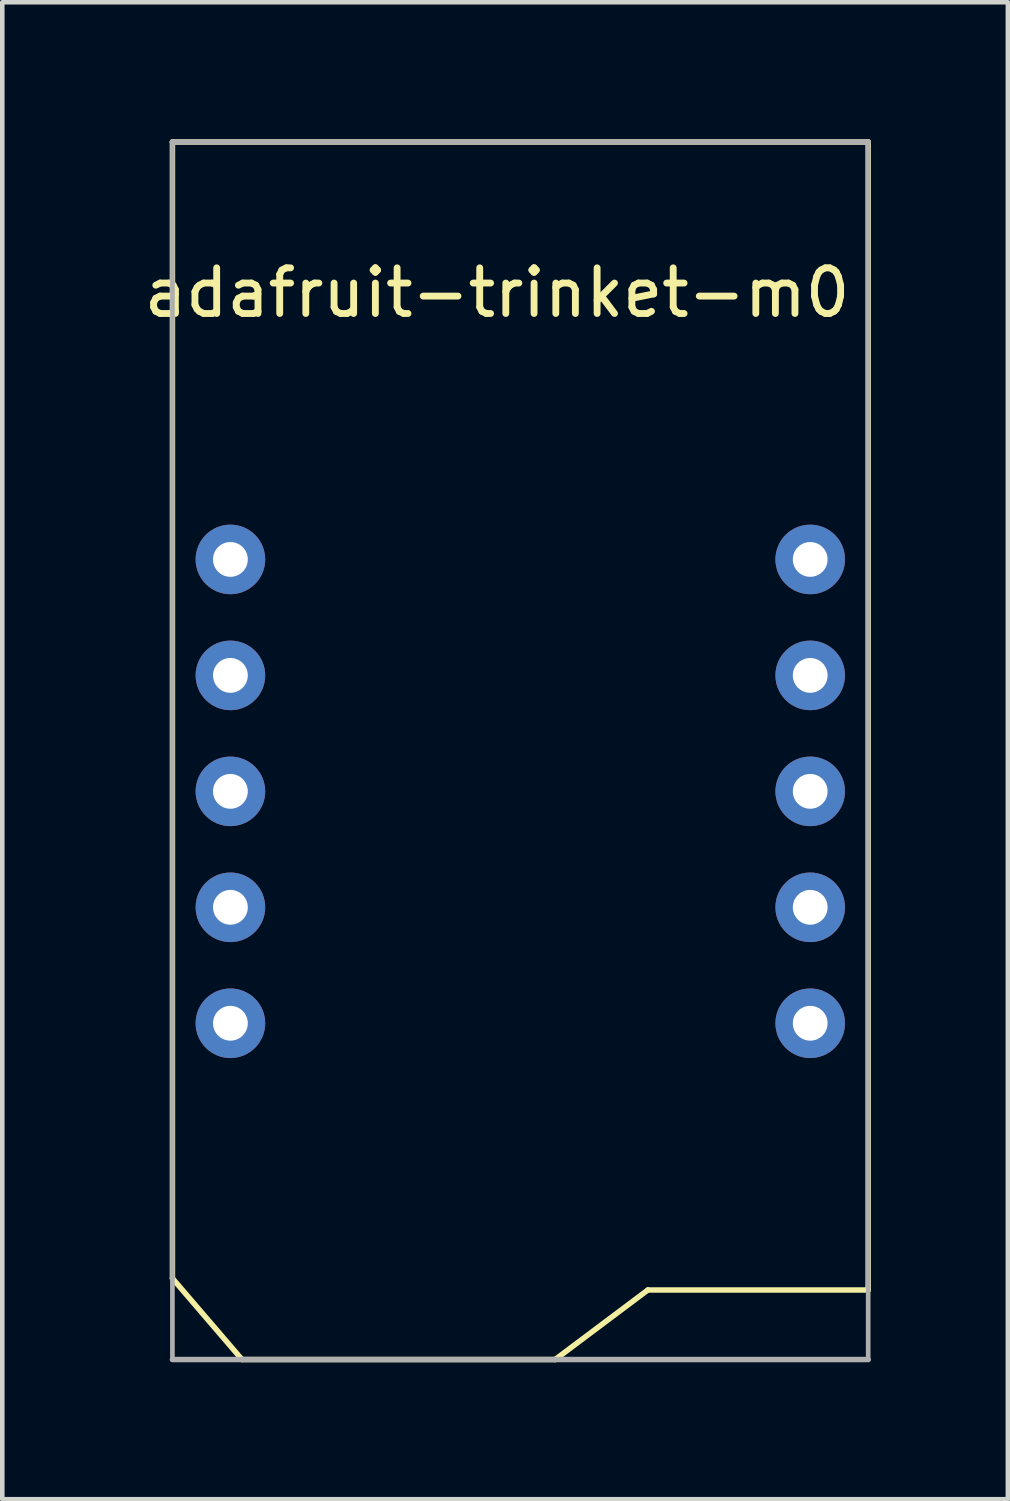
<source format=kicad_pcb>
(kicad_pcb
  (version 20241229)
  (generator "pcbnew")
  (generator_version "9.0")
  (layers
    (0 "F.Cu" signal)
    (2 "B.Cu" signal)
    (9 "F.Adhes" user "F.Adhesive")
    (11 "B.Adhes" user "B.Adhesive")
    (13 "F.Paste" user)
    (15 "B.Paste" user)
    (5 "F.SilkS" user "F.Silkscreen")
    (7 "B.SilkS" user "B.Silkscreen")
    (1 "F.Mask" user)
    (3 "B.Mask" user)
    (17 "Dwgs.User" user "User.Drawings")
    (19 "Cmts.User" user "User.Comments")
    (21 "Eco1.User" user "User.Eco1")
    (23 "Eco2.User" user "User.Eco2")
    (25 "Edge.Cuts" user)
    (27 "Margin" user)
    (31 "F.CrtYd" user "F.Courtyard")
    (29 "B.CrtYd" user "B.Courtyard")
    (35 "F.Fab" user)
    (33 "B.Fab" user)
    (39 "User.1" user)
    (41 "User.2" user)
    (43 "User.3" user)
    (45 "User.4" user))
  (footprint "adafruit-trinket-m0"
    (layer "F.Cu")
    (at 1.997 9.204)
    (property "Reference" "adafruit-trinket-m0" (at 5.842 -5.842 0) (layer "F.SilkS") (effects (font (size 1 1) (thickness 0.15))))
    (attr through_hole)
    (fp_line (start -1.27 -9.144) (end 13.97 -9.144) (stroke (width 0.12) (type solid)) (layer "F.SilkS"))
    (fp_line (start -1.27 15.748) (end -1.27 -9.144) (stroke (width 0.12) (type solid)) (layer "F.SilkS"))
    (fp_line (start 0.254 17.526) (end -1.27 15.748) (stroke (width 0.12) (type solid)) (layer "F.SilkS"))
    (fp_line (start 7.112 17.526) (end 0.254 17.526) (stroke (width 0.12) (type solid)) (layer "F.SilkS"))
    (fp_line (start 9.144 16.002) (end 7.112 17.526) (stroke (width 0.12) (type solid)) (layer "F.SilkS"))
    (fp_line (start 13.97 -9.144) (end 13.97 16.002) (stroke (width 0.12) (type solid)) (layer "F.SilkS"))
    (fp_line (start 13.97 16.002) (end 9.144 16.002) (stroke (width 0.12) (type solid)) (layer "F.SilkS"))
    (fp_line (start -1.27 -9.144) (end 13.97 -9.144) (stroke (width 0.12) (type solid)) (layer "F.Fab"))
    (fp_line (start -1.27 17.526) (end -1.27 -9.144) (stroke (width 0.102) (type solid)) (layer "F.Fab"))
    (fp_line (start -1.27 17.526) (end 13.97 17.526) (stroke (width 0.12) (type solid)) (layer "F.Fab"))
    (fp_line (start 13.97 17.526) (end 13.97 -9.144) (stroke (width 0.102) (type solid)) (layer "F.Fab"))
    (pad "1" thru_hole circle (at 12.7 10.16) (size 1.524 1.524) (drill 0.762) (layers "*.Cu" "*.Mask"))
    (pad "2" thru_hole circle (at 12.7 7.62) (size 1.524 1.524) (drill 0.762) (layers "*.Cu" "*.Mask"))
    (pad "3" thru_hole circle (at 12.7 5.08) (size 1.524 1.524) (drill 0.762) (layers "*.Cu" "*.Mask"))
    (pad "4" thru_hole circle (at 12.7 2.54) (size 1.524 1.524) (drill 0.762) (layers "*.Cu" "*.Mask"))
    (pad "5" thru_hole circle (at 12.7 0) (size 1.524 1.524) (drill 0.762) (layers "*.Cu" "*.Mask"))
    (pad "6" thru_hole circle (at 0 10.16) (size 1.524 1.524) (drill 0.762) (layers "*.Cu" "*.Mask"))
    (pad "7" thru_hole circle (at 0 7.62) (size 1.524 1.524) (drill 0.762) (layers "*.Cu" "*.Mask"))
    (pad "8" thru_hole circle (at 0 5.08) (size 1.524 1.524) (drill 0.762) (layers "*.Cu" "*.Mask"))
    (pad "9" thru_hole circle (at 0 2.54) (size 1.524 1.524) (drill 0.762) (layers "*.Cu" "*.Mask"))
    (pad "10" thru_hole circle (at 0 0) (size 1.524 1.524) (drill 0.762) (layers "*.Cu" "*.Mask")))
  (gr_rect
    (start -3 -3)
    (end 19.027 29.79)
    (stroke (width 0.1) (type default))
    (fill no)
    (layer "Edge.Cuts")))
</source>
